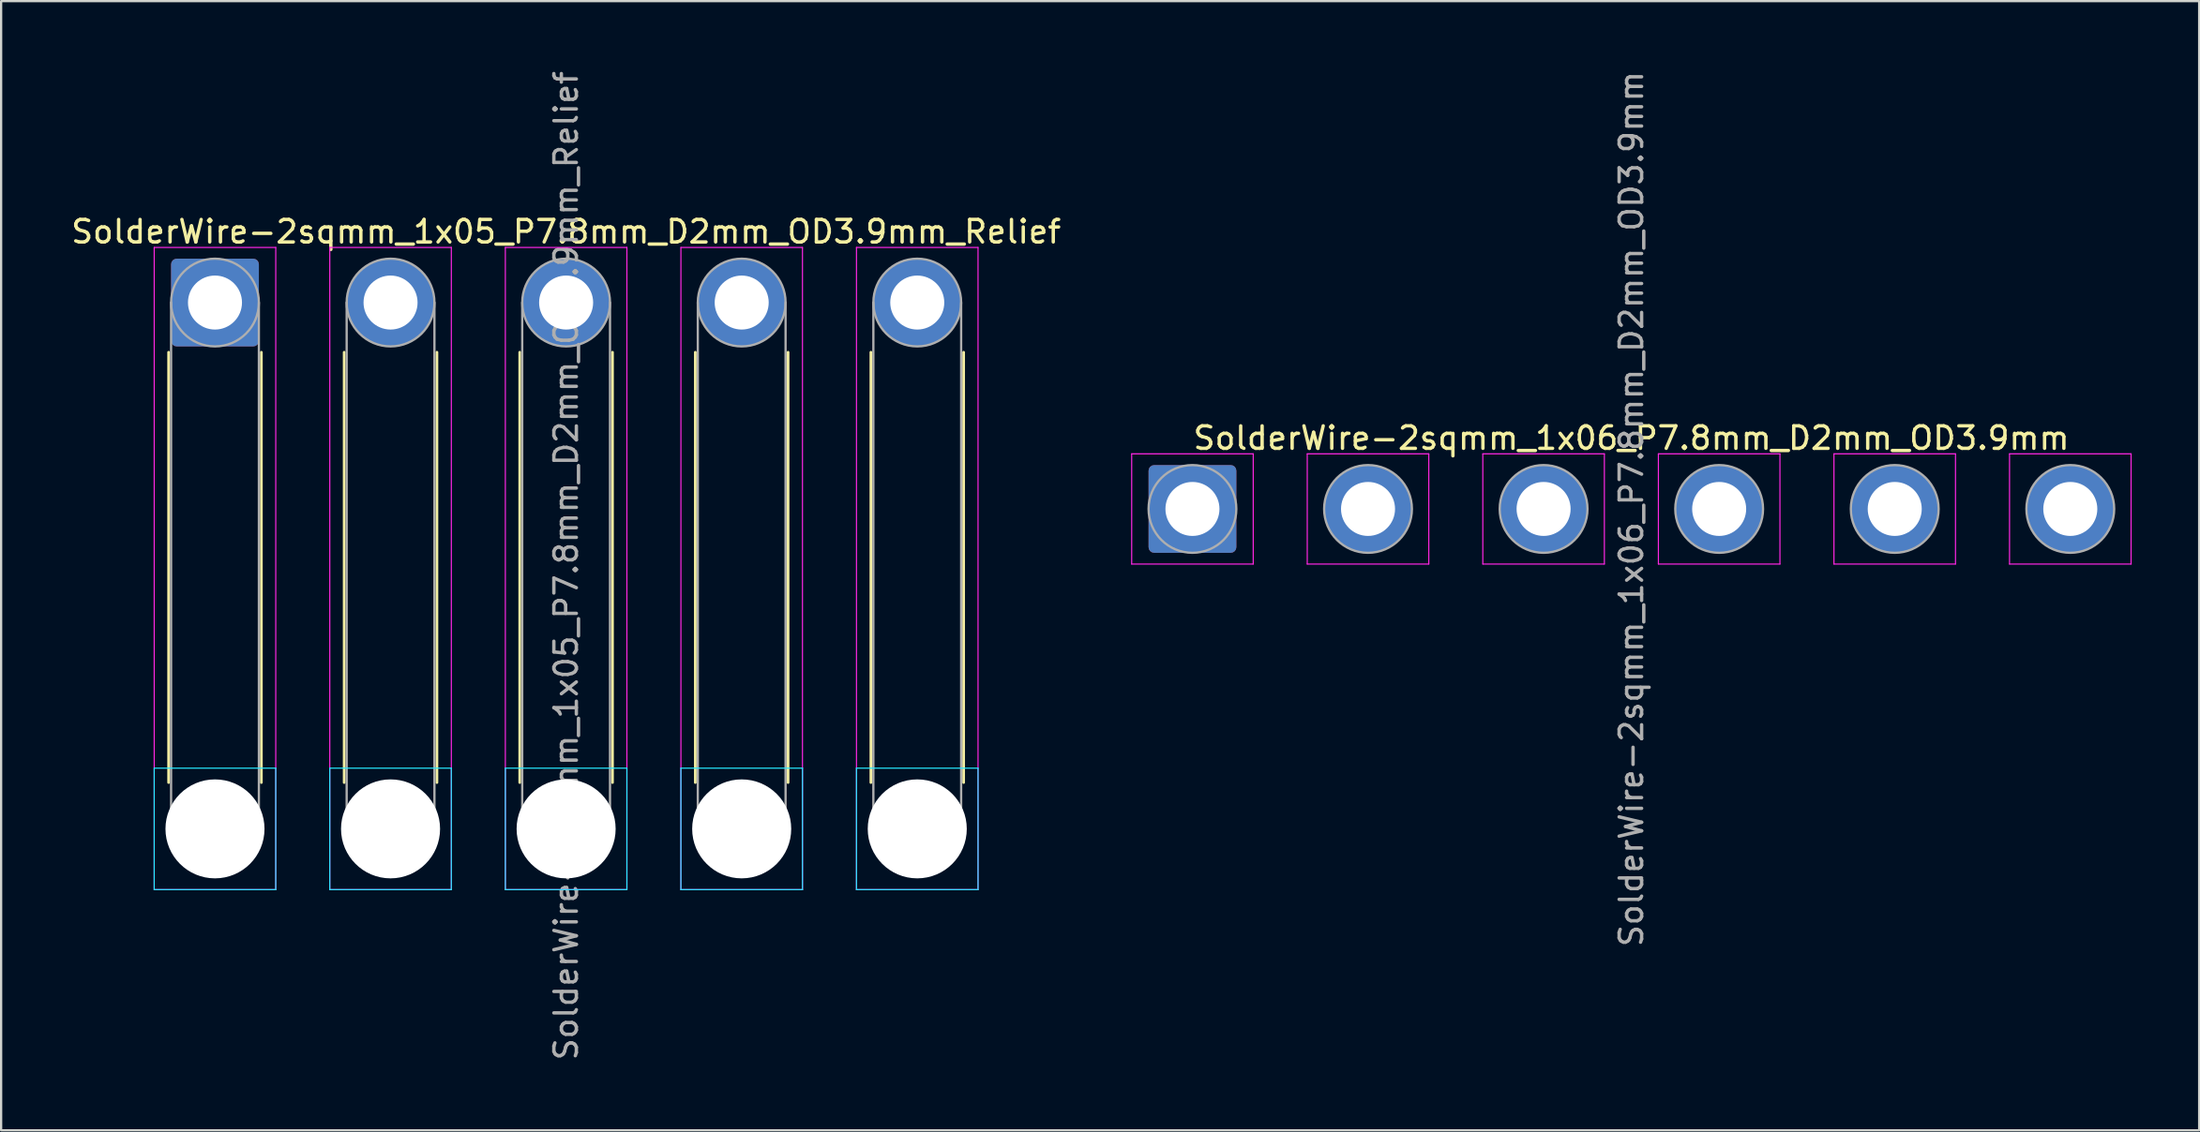
<source format=kicad_pcb>
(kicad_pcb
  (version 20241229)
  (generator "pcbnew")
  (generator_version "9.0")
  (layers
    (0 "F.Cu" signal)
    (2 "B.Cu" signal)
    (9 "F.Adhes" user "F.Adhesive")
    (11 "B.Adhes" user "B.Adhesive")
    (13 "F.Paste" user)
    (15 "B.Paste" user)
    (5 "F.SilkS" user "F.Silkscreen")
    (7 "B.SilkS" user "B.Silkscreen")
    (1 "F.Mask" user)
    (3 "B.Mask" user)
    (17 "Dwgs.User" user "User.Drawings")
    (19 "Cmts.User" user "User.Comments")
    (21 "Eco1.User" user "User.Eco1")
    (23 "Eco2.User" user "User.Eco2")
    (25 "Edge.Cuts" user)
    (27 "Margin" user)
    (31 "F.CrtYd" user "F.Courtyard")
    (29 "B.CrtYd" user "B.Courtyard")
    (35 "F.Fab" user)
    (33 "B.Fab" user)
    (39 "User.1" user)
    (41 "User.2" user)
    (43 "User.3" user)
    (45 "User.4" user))
  (footprint "SolderWire-2sqmm_1x05_P7.8mm_D2mm_OD3.9mm_Relief"
    (layer "F.Cu")
    (at 6.501 10.401)
    (property "Reference" "SolderWire-2sqmm_1x05_P7.8mm_D2mm_OD3.9mm_Relief" (at 15.6 -3.15 0) (layer "F.SilkS") (effects (font (size 1 1) (thickness 0.15))))
    (attr exclude_from_pos_files exclude_from_bom)
    (fp_line (start -2.06 2.21) (end -2.06 21.34) (stroke (width 0.12) (type solid)) (layer "F.SilkS"))
    (fp_line (start 2.06 2.21) (end 2.06 21.34) (stroke (width 0.12) (type solid)) (layer "F.SilkS"))
    (fp_line (start 5.74 2.21) (end 5.74 21.34) (stroke (width 0.12) (type solid)) (layer "F.SilkS"))
    (fp_line (start 9.86 2.21) (end 9.86 21.34) (stroke (width 0.12) (type solid)) (layer "F.SilkS"))
    (fp_line (start 13.54 2.21) (end 13.54 21.34) (stroke (width 0.12) (type solid)) (layer "F.SilkS"))
    (fp_line (start 17.66 2.21) (end 17.66 21.34) (stroke (width 0.12) (type solid)) (layer "F.SilkS"))
    (fp_line (start 21.34 2.21) (end 21.34 21.34) (stroke (width 0.12) (type solid)) (layer "F.SilkS"))
    (fp_line (start 25.46 2.21) (end 25.46 21.34) (stroke (width 0.12) (type solid)) (layer "F.SilkS"))
    (fp_line (start 29.14 2.21) (end 29.14 21.34) (stroke (width 0.12) (type solid)) (layer "F.SilkS"))
    (fp_line (start 33.26 2.21) (end 33.26 21.34) (stroke (width 0.12) (type solid)) (layer "F.SilkS"))
    (fp_line (start -2.7 20.7) (end -2.7 26.1) (stroke (width 0.05) (type solid)) (layer "B.CrtYd"))
    (fp_line (start -2.7 26.1) (end 2.7 26.1) (stroke (width 0.05) (type solid)) (layer "B.CrtYd"))
    (fp_line (start 2.7 20.7) (end -2.7 20.7) (stroke (width 0.05) (type solid)) (layer "B.CrtYd"))
    (fp_line (start 2.7 26.1) (end 2.7 20.7) (stroke (width 0.05) (type solid)) (layer "B.CrtYd"))
    (fp_line (start 5.1 20.7) (end 5.1 26.1) (stroke (width 0.05) (type solid)) (layer "B.CrtYd"))
    (fp_line (start 5.1 26.1) (end 10.5 26.1) (stroke (width 0.05) (type solid)) (layer "B.CrtYd"))
    (fp_line (start 10.5 20.7) (end 5.1 20.7) (stroke (width 0.05) (type solid)) (layer "B.CrtYd"))
    (fp_line (start 10.5 26.1) (end 10.5 20.7) (stroke (width 0.05) (type solid)) (layer "B.CrtYd"))
    (fp_line (start 12.9 20.7) (end 12.9 26.1) (stroke (width 0.05) (type solid)) (layer "B.CrtYd"))
    (fp_line (start 12.9 26.1) (end 18.3 26.1) (stroke (width 0.05) (type solid)) (layer "B.CrtYd"))
    (fp_line (start 18.3 20.7) (end 12.9 20.7) (stroke (width 0.05) (type solid)) (layer "B.CrtYd"))
    (fp_line (start 18.3 26.1) (end 18.3 20.7) (stroke (width 0.05) (type solid)) (layer "B.CrtYd"))
    (fp_line (start 20.7 20.7) (end 20.7 26.1) (stroke (width 0.05) (type solid)) (layer "B.CrtYd"))
    (fp_line (start 20.7 26.1) (end 26.1 26.1) (stroke (width 0.05) (type solid)) (layer "B.CrtYd"))
    (fp_line (start 26.1 20.7) (end 20.7 20.7) (stroke (width 0.05) (type solid)) (layer "B.CrtYd"))
    (fp_line (start 26.1 26.1) (end 26.1 20.7) (stroke (width 0.05) (type solid)) (layer "B.CrtYd"))
    (fp_line (start 28.5 20.7) (end 28.5 26.1) (stroke (width 0.05) (type solid)) (layer "B.CrtYd"))
    (fp_line (start 28.5 26.1) (end 33.9 26.1) (stroke (width 0.05) (type solid)) (layer "B.CrtYd"))
    (fp_line (start 33.9 20.7) (end 28.5 20.7) (stroke (width 0.05) (type solid)) (layer "B.CrtYd"))
    (fp_line (start 33.9 26.1) (end 33.9 20.7) (stroke (width 0.05) (type solid)) (layer "B.CrtYd"))
    (fp_line (start -2.7 -2.45) (end -2.7 26.1) (stroke (width 0.05) (type solid)) (layer "F.CrtYd"))
    (fp_line (start -2.7 26.1) (end 2.7 26.1) (stroke (width 0.05) (type solid)) (layer "F.CrtYd"))
    (fp_line (start 2.7 -2.45) (end -2.7 -2.45) (stroke (width 0.05) (type solid)) (layer "F.CrtYd"))
    (fp_line (start 2.7 26.1) (end 2.7 -2.45) (stroke (width 0.05) (type solid)) (layer "F.CrtYd"))
    (fp_line (start 5.1 -2.45) (end 5.1 26.1) (stroke (width 0.05) (type solid)) (layer "F.CrtYd"))
    (fp_line (start 5.1 26.1) (end 10.5 26.1) (stroke (width 0.05) (type solid)) (layer "F.CrtYd"))
    (fp_line (start 10.5 -2.45) (end 5.1 -2.45) (stroke (width 0.05) (type solid)) (layer "F.CrtYd"))
    (fp_line (start 10.5 26.1) (end 10.5 -2.45) (stroke (width 0.05) (type solid)) (layer "F.CrtYd"))
    (fp_line (start 12.9 -2.45) (end 12.9 26.1) (stroke (width 0.05) (type solid)) (layer "F.CrtYd"))
    (fp_line (start 12.9 26.1) (end 18.3 26.1) (stroke (width 0.05) (type solid)) (layer "F.CrtYd"))
    (fp_line (start 18.3 -2.45) (end 12.9 -2.45) (stroke (width 0.05) (type solid)) (layer "F.CrtYd"))
    (fp_line (start 18.3 26.1) (end 18.3 -2.45) (stroke (width 0.05) (type solid)) (layer "F.CrtYd"))
    (fp_line (start 20.7 -2.45) (end 20.7 26.1) (stroke (width 0.05) (type solid)) (layer "F.CrtYd"))
    (fp_line (start 20.7 26.1) (end 26.1 26.1) (stroke (width 0.05) (type solid)) (layer "F.CrtYd"))
    (fp_line (start 26.1 -2.45) (end 20.7 -2.45) (stroke (width 0.05) (type solid)) (layer "F.CrtYd"))
    (fp_line (start 26.1 26.1) (end 26.1 -2.45) (stroke (width 0.05) (type solid)) (layer "F.CrtYd"))
    (fp_line (start 28.5 -2.45) (end 28.5 26.1) (stroke (width 0.05) (type solid)) (layer "F.CrtYd"))
    (fp_line (start 28.5 26.1) (end 33.9 26.1) (stroke (width 0.05) (type solid)) (layer "F.CrtYd"))
    (fp_line (start 33.9 -2.45) (end 28.5 -2.45) (stroke (width 0.05) (type solid)) (layer "F.CrtYd"))
    (fp_line (start 33.9 26.1) (end 33.9 -2.45) (stroke (width 0.05) (type solid)) (layer "F.CrtYd"))
    (fp_line (start -1.95 0) (end -1.95 23.4) (stroke (width 0.1) (type solid)) (layer "F.Fab"))
    (fp_line (start 1.95 0) (end 1.95 23.4) (stroke (width 0.1) (type solid)) (layer "F.Fab"))
    (fp_line (start 5.85 0) (end 5.85 23.4) (stroke (width 0.1) (type solid)) (layer "F.Fab"))
    (fp_line (start 9.75 0) (end 9.75 23.4) (stroke (width 0.1) (type solid)) (layer "F.Fab"))
    (fp_line (start 13.65 0) (end 13.65 23.4) (stroke (width 0.1) (type solid)) (layer "F.Fab"))
    (fp_line (start 17.55 0) (end 17.55 23.4) (stroke (width 0.1) (type solid)) (layer "F.Fab"))
    (fp_line (start 21.45 0) (end 21.45 23.4) (stroke (width 0.1) (type solid)) (layer "F.Fab"))
    (fp_line (start 25.35 0) (end 25.35 23.4) (stroke (width 0.1) (type solid)) (layer "F.Fab"))
    (fp_line (start 29.25 0) (end 29.25 23.4) (stroke (width 0.1) (type solid)) (layer "F.Fab"))
    (fp_line (start 33.15 0) (end 33.15 23.4) (stroke (width 0.1) (type solid)) (layer "F.Fab"))
    (fp_circle (center 0 0) (end 1.95 0) (stroke (width 0.1) (type solid)) (fill no) (layer "F.Fab"))
    (fp_circle (center 0 23.4) (end 1.95 23.4) (stroke (width 0.1) (type solid)) (fill no) (layer "F.Fab"))
    (fp_circle (center 7.8 0) (end 9.75 0) (stroke (width 0.1) (type solid)) (fill no) (layer "F.Fab"))
    (fp_circle (center 7.8 23.4) (end 9.75 23.4) (stroke (width 0.1) (type solid)) (fill no) (layer "F.Fab"))
    (fp_circle (center 15.6 0) (end 17.55 0) (stroke (width 0.1) (type solid)) (fill no) (layer "F.Fab"))
    (fp_circle (center 15.6 23.4) (end 17.55 23.4) (stroke (width 0.1) (type solid)) (fill no) (layer "F.Fab"))
    (fp_circle (center 23.4 0) (end 25.35 0) (stroke (width 0.1) (type solid)) (fill no) (layer "F.Fab"))
    (fp_circle (center 23.4 23.4) (end 25.35 23.4) (stroke (width 0.1) (type solid)) (fill no) (layer "F.Fab"))
    (fp_circle (center 31.2 0) (end 33.15 0) (stroke (width 0.1) (type solid)) (fill no) (layer "F.Fab"))
    (fp_circle (center 31.2 23.4) (end 33.15 23.4) (stroke (width 0.1) (type solid)) (fill no) (layer "F.Fab"))
    (fp_text user "${REFERENCE}" (at 15.6 11.7 90) (layer "F.Fab") (effects (font (size 1 1) (thickness 0.15))))
    (pad "" np_thru_hole circle (at 0 23.4) (size 4.4 4.4) (drill 4.4) (layers "*.Cu" "*.Mask"))
    (pad "" np_thru_hole circle (at 7.8 23.4) (size 4.4 4.4) (drill 4.4) (layers "*.Cu" "*.Mask"))
    (pad "" np_thru_hole circle (at 15.6 23.4) (size 4.4 4.4) (drill 4.4) (layers "*.Cu" "*.Mask"))
    (pad "" np_thru_hole circle (at 23.4 23.4) (size 4.4 4.4) (drill 4.4) (layers "*.Cu" "*.Mask"))
    (pad "" np_thru_hole circle (at 31.2 23.4) (size 4.4 4.4) (drill 4.4) (layers "*.Cu" "*.Mask"))
    (pad "1" thru_hole roundrect (at 0 0) (size 3.9 3.9) (drill 2.4) (layers "*.Cu" "*.Mask") (roundrect_rratio 0.064))
    (pad "2" thru_hole circle (at 7.8 0) (size 3.9 3.9) (drill 2.4) (layers "*.Cu" "*.Mask"))
    (pad "3" thru_hole circle (at 15.6 0) (size 3.9 3.9) (drill 2.4) (layers "*.Cu" "*.Mask"))
    (pad "4" thru_hole circle (at 23.4 0) (size 3.9 3.9) (drill 2.4) (layers "*.Cu" "*.Mask"))
    (pad "5" thru_hole circle (at 31.2 0) (size 3.9 3.9) (drill 2.4) (layers "*.Cu" "*.Mask")))
  (footprint "SolderWire-2sqmm_1x06_P7.8mm_D2mm_OD3.9mm"
    (layer "F.Cu")
    (at 49.927 19.577)
    (property "Reference" "SolderWire-2sqmm_1x06_P7.8mm_D2mm_OD3.9mm" (at 19.5 -3.15 0) (layer "F.SilkS") (effects (font (size 1 1) (thickness 0.15))))
    (attr exclude_from_pos_files exclude_from_bom)
    (fp_line (start -2.7 -2.45) (end -2.7 2.45) (stroke (width 0.05) (type solid)) (layer "F.CrtYd"))
    (fp_line (start -2.7 2.45) (end 2.7 2.45) (stroke (width 0.05) (type solid)) (layer "F.CrtYd"))
    (fp_line (start 2.7 -2.45) (end -2.7 -2.45) (stroke (width 0.05) (type solid)) (layer "F.CrtYd"))
    (fp_line (start 2.7 2.45) (end 2.7 -2.45) (stroke (width 0.05) (type solid)) (layer "F.CrtYd"))
    (fp_line (start 5.1 -2.45) (end 5.1 2.45) (stroke (width 0.05) (type solid)) (layer "F.CrtYd"))
    (fp_line (start 5.1 2.45) (end 10.5 2.45) (stroke (width 0.05) (type solid)) (layer "F.CrtYd"))
    (fp_line (start 10.5 -2.45) (end 5.1 -2.45) (stroke (width 0.05) (type solid)) (layer "F.CrtYd"))
    (fp_line (start 10.5 2.45) (end 10.5 -2.45) (stroke (width 0.05) (type solid)) (layer "F.CrtYd"))
    (fp_line (start 12.9 -2.45) (end 12.9 2.45) (stroke (width 0.05) (type solid)) (layer "F.CrtYd"))
    (fp_line (start 12.9 2.45) (end 18.3 2.45) (stroke (width 0.05) (type solid)) (layer "F.CrtYd"))
    (fp_line (start 18.3 -2.45) (end 12.9 -2.45) (stroke (width 0.05) (type solid)) (layer "F.CrtYd"))
    (fp_line (start 18.3 2.45) (end 18.3 -2.45) (stroke (width 0.05) (type solid)) (layer "F.CrtYd"))
    (fp_line (start 20.7 -2.45) (end 20.7 2.45) (stroke (width 0.05) (type solid)) (layer "F.CrtYd"))
    (fp_line (start 20.7 2.45) (end 26.1 2.45) (stroke (width 0.05) (type solid)) (layer "F.CrtYd"))
    (fp_line (start 26.1 -2.45) (end 20.7 -2.45) (stroke (width 0.05) (type solid)) (layer "F.CrtYd"))
    (fp_line (start 26.1 2.45) (end 26.1 -2.45) (stroke (width 0.05) (type solid)) (layer "F.CrtYd"))
    (fp_line (start 28.5 -2.45) (end 28.5 2.45) (stroke (width 0.05) (type solid)) (layer "F.CrtYd"))
    (fp_line (start 28.5 2.45) (end 33.9 2.45) (stroke (width 0.05) (type solid)) (layer "F.CrtYd"))
    (fp_line (start 33.9 -2.45) (end 28.5 -2.45) (stroke (width 0.05) (type solid)) (layer "F.CrtYd"))
    (fp_line (start 33.9 2.45) (end 33.9 -2.45) (stroke (width 0.05) (type solid)) (layer "F.CrtYd"))
    (fp_line (start 36.3 -2.45) (end 36.3 2.45) (stroke (width 0.05) (type solid)) (layer "F.CrtYd"))
    (fp_line (start 36.3 2.45) (end 41.7 2.45) (stroke (width 0.05) (type solid)) (layer "F.CrtYd"))
    (fp_line (start 41.7 -2.45) (end 36.3 -2.45) (stroke (width 0.05) (type solid)) (layer "F.CrtYd"))
    (fp_line (start 41.7 2.45) (end 41.7 -2.45) (stroke (width 0.05) (type solid)) (layer "F.CrtYd"))
    (fp_circle (center 0 0) (end 1.95 0) (stroke (width 0.1) (type solid)) (fill no) (layer "F.Fab"))
    (fp_circle (center 7.8 0) (end 9.75 0) (stroke (width 0.1) (type solid)) (fill no) (layer "F.Fab"))
    (fp_circle (center 15.6 0) (end 17.55 0) (stroke (width 0.1) (type solid)) (fill no) (layer "F.Fab"))
    (fp_circle (center 23.4 0) (end 25.35 0) (stroke (width 0.1) (type solid)) (fill no) (layer "F.Fab"))
    (fp_circle (center 31.2 0) (end 33.15 0) (stroke (width 0.1) (type solid)) (fill no) (layer "F.Fab"))
    (fp_circle (center 39 0) (end 40.95 0) (stroke (width 0.1) (type solid)) (fill no) (layer "F.Fab"))
    (fp_text user "${REFERENCE}" (at 19.5 0 90) (layer "F.Fab") (effects (font (size 1 1) (thickness 0.15))))
    (pad "1" thru_hole roundrect (at 0 0) (size 3.9 3.9) (drill 2.4) (layers "*.Cu" "*.Mask") (roundrect_rratio 0.064))
    (pad "2" thru_hole circle (at 7.8 0) (size 3.9 3.9) (drill 2.4) (layers "*.Cu" "*.Mask"))
    (pad "3" thru_hole circle (at 15.6 0) (size 3.9 3.9) (drill 2.4) (layers "*.Cu" "*.Mask"))
    (pad "4" thru_hole circle (at 23.4 0) (size 3.9 3.9) (drill 2.4) (layers "*.Cu" "*.Mask"))
    (pad "5" thru_hole circle (at 31.2 0) (size 3.9 3.9) (drill 2.4) (layers "*.Cu" "*.Mask"))
    (pad "6" thru_hole circle (at 39 0) (size 3.9 3.9) (drill 2.4) (layers "*.Cu" "*.Mask")))
  (gr_rect
    (start -3 -3)
    (end 94.652 47.202)
    (stroke (width 0.1) (type default))
    (fill no)
    (layer "Edge.Cuts")))
</source>
